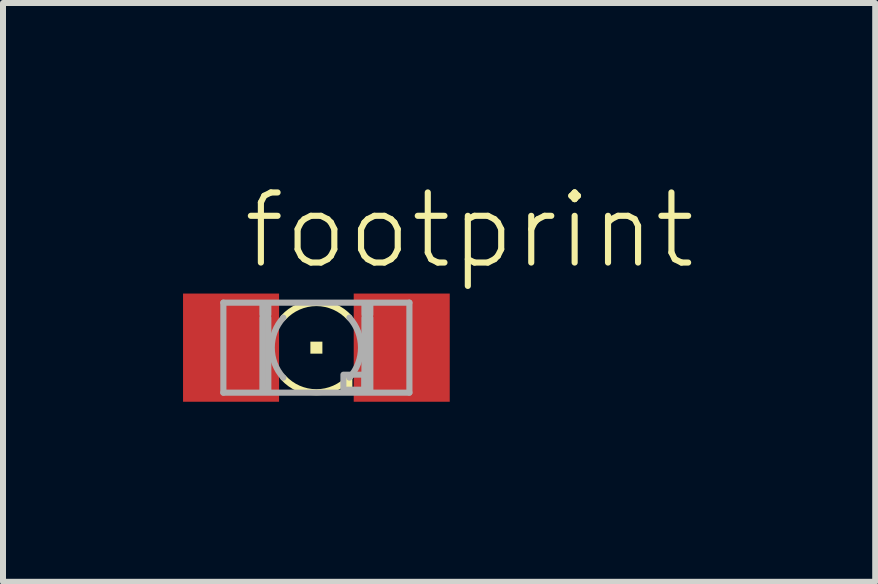
<source format=kicad_pcb>
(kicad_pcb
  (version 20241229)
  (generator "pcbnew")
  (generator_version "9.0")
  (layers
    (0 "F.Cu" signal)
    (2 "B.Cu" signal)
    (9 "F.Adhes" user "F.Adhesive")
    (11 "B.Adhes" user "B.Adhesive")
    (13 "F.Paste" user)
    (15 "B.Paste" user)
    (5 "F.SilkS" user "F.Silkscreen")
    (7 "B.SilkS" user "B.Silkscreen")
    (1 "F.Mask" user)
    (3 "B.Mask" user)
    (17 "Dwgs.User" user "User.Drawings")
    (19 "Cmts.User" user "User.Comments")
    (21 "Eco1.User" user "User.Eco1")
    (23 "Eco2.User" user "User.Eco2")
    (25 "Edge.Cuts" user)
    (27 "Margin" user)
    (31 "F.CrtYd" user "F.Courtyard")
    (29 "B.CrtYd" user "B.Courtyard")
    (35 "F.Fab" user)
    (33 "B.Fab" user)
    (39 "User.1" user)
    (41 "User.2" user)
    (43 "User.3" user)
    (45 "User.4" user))
  (footprint "footprint"
    (layer "F.Cu")
    (at 2.222 2.743)
    (property "Reference" "footprint" (at -1.27 -1.27 0) (layer "F.SilkS") (effects (font (size 1.168 1.168) (thickness 0.102)) (justify left bottom)))
    (fp_arc (start -0.55 -0.5) (mid 0 -0.743303) (end 0.55 -0.5) (stroke (width 0.1016) (type solid)) (layer "F.SilkS"))
    (fp_arc (start 0.55 0.5) (mid 0 0.743303) (end -0.55 0.5) (stroke (width 0.1016) (type solid)) (layer "F.SilkS"))
    (fp_poly (pts (xy -0.1 0.1) (xy 0.1 0.1) (xy 0.1 -0.1) (xy -0.1 -0.1)) (stroke (width 0) (type solid)) (fill yes) (layer "F.SilkS"))
    (fp_poly (pts (xy 0.45 0.7) (xy 0.6 0.7) (xy 0.6 0.45) (xy 0.45 0.45)) (stroke (width 0) (type solid)) (fill yes) (layer "F.SilkS"))
    (fp_line (start -1.55 -0.75) (end 1.55 -0.75) (stroke (width 0.102) (type solid)) (layer "F.Fab"))
    (fp_line (start -1.55 0.75) (end -1.55 -0.75) (stroke (width 0.102) (type solid)) (layer "F.Fab"))
    (fp_line (start 1.55 -0.75) (end 1.55 0.75) (stroke (width 0.102) (type solid)) (layer "F.Fab"))
    (fp_line (start 1.55 0.75) (end -1.55 0.75) (stroke (width 0.102) (type solid)) (layer "F.Fab"))
    (fp_arc (start -0.55 0.5) (mid -0.743303 0) (end -0.55 -0.5) (stroke (width 0.1016) (type solid)) (layer "F.Fab"))
    (fp_arc (start 0.55 -0.5) (mid 0.743303 0) (end 0.55 0.5) (stroke (width 0.1016) (type solid)) (layer "F.Fab"))
    (fp_poly (pts (xy -0.9 -0.55) (xy -0.8 -0.55) (xy -0.8 -0.7) (xy -0.9 -0.7)) (stroke (width 0.1) (type solid)) (fill no) (layer "F.Fab"))
    (fp_poly (pts (xy -0.9 0.7) (xy -0.8 0.7) (xy -0.8 -0.5) (xy -0.9 -0.5)) (stroke (width 0.1) (type solid)) (fill no) (layer "F.Fab"))
    (fp_poly (pts (xy 0.45 0.7) (xy 0.8 0.7) (xy 0.8 0.45) (xy 0.45 0.45)) (stroke (width 0.1) (type solid)) (fill no) (layer "F.Fab"))
    (fp_poly (pts (xy 0.8 -0.55) (xy 0.9 -0.55) (xy 0.9 -0.7) (xy 0.8 -0.7)) (stroke (width 0.1) (type solid)) (fill no) (layer "F.Fab"))
    (fp_poly (pts (xy 0.8 0.7) (xy 0.9 0.7) (xy 0.9 -0.5) (xy 0.8 -0.5)) (stroke (width 0.1) (type solid)) (fill no) (layer "F.Fab"))
    (pad "A" smd rect (at -1.422 0) (size 1.6 1.803) (layers "F.Cu" "F.Mask" "F.Paste"))
    (pad "C" smd rect (at 1.422 0) (size 1.6 1.803) (layers "F.Cu" "F.Mask" "F.Paste")))
  (gr_rect
    (start -3 -3)
    (end 11.534 6.645)
    (stroke (width 0.1) (type default))
    (fill no)
    (layer "Edge.Cuts")))
</source>
